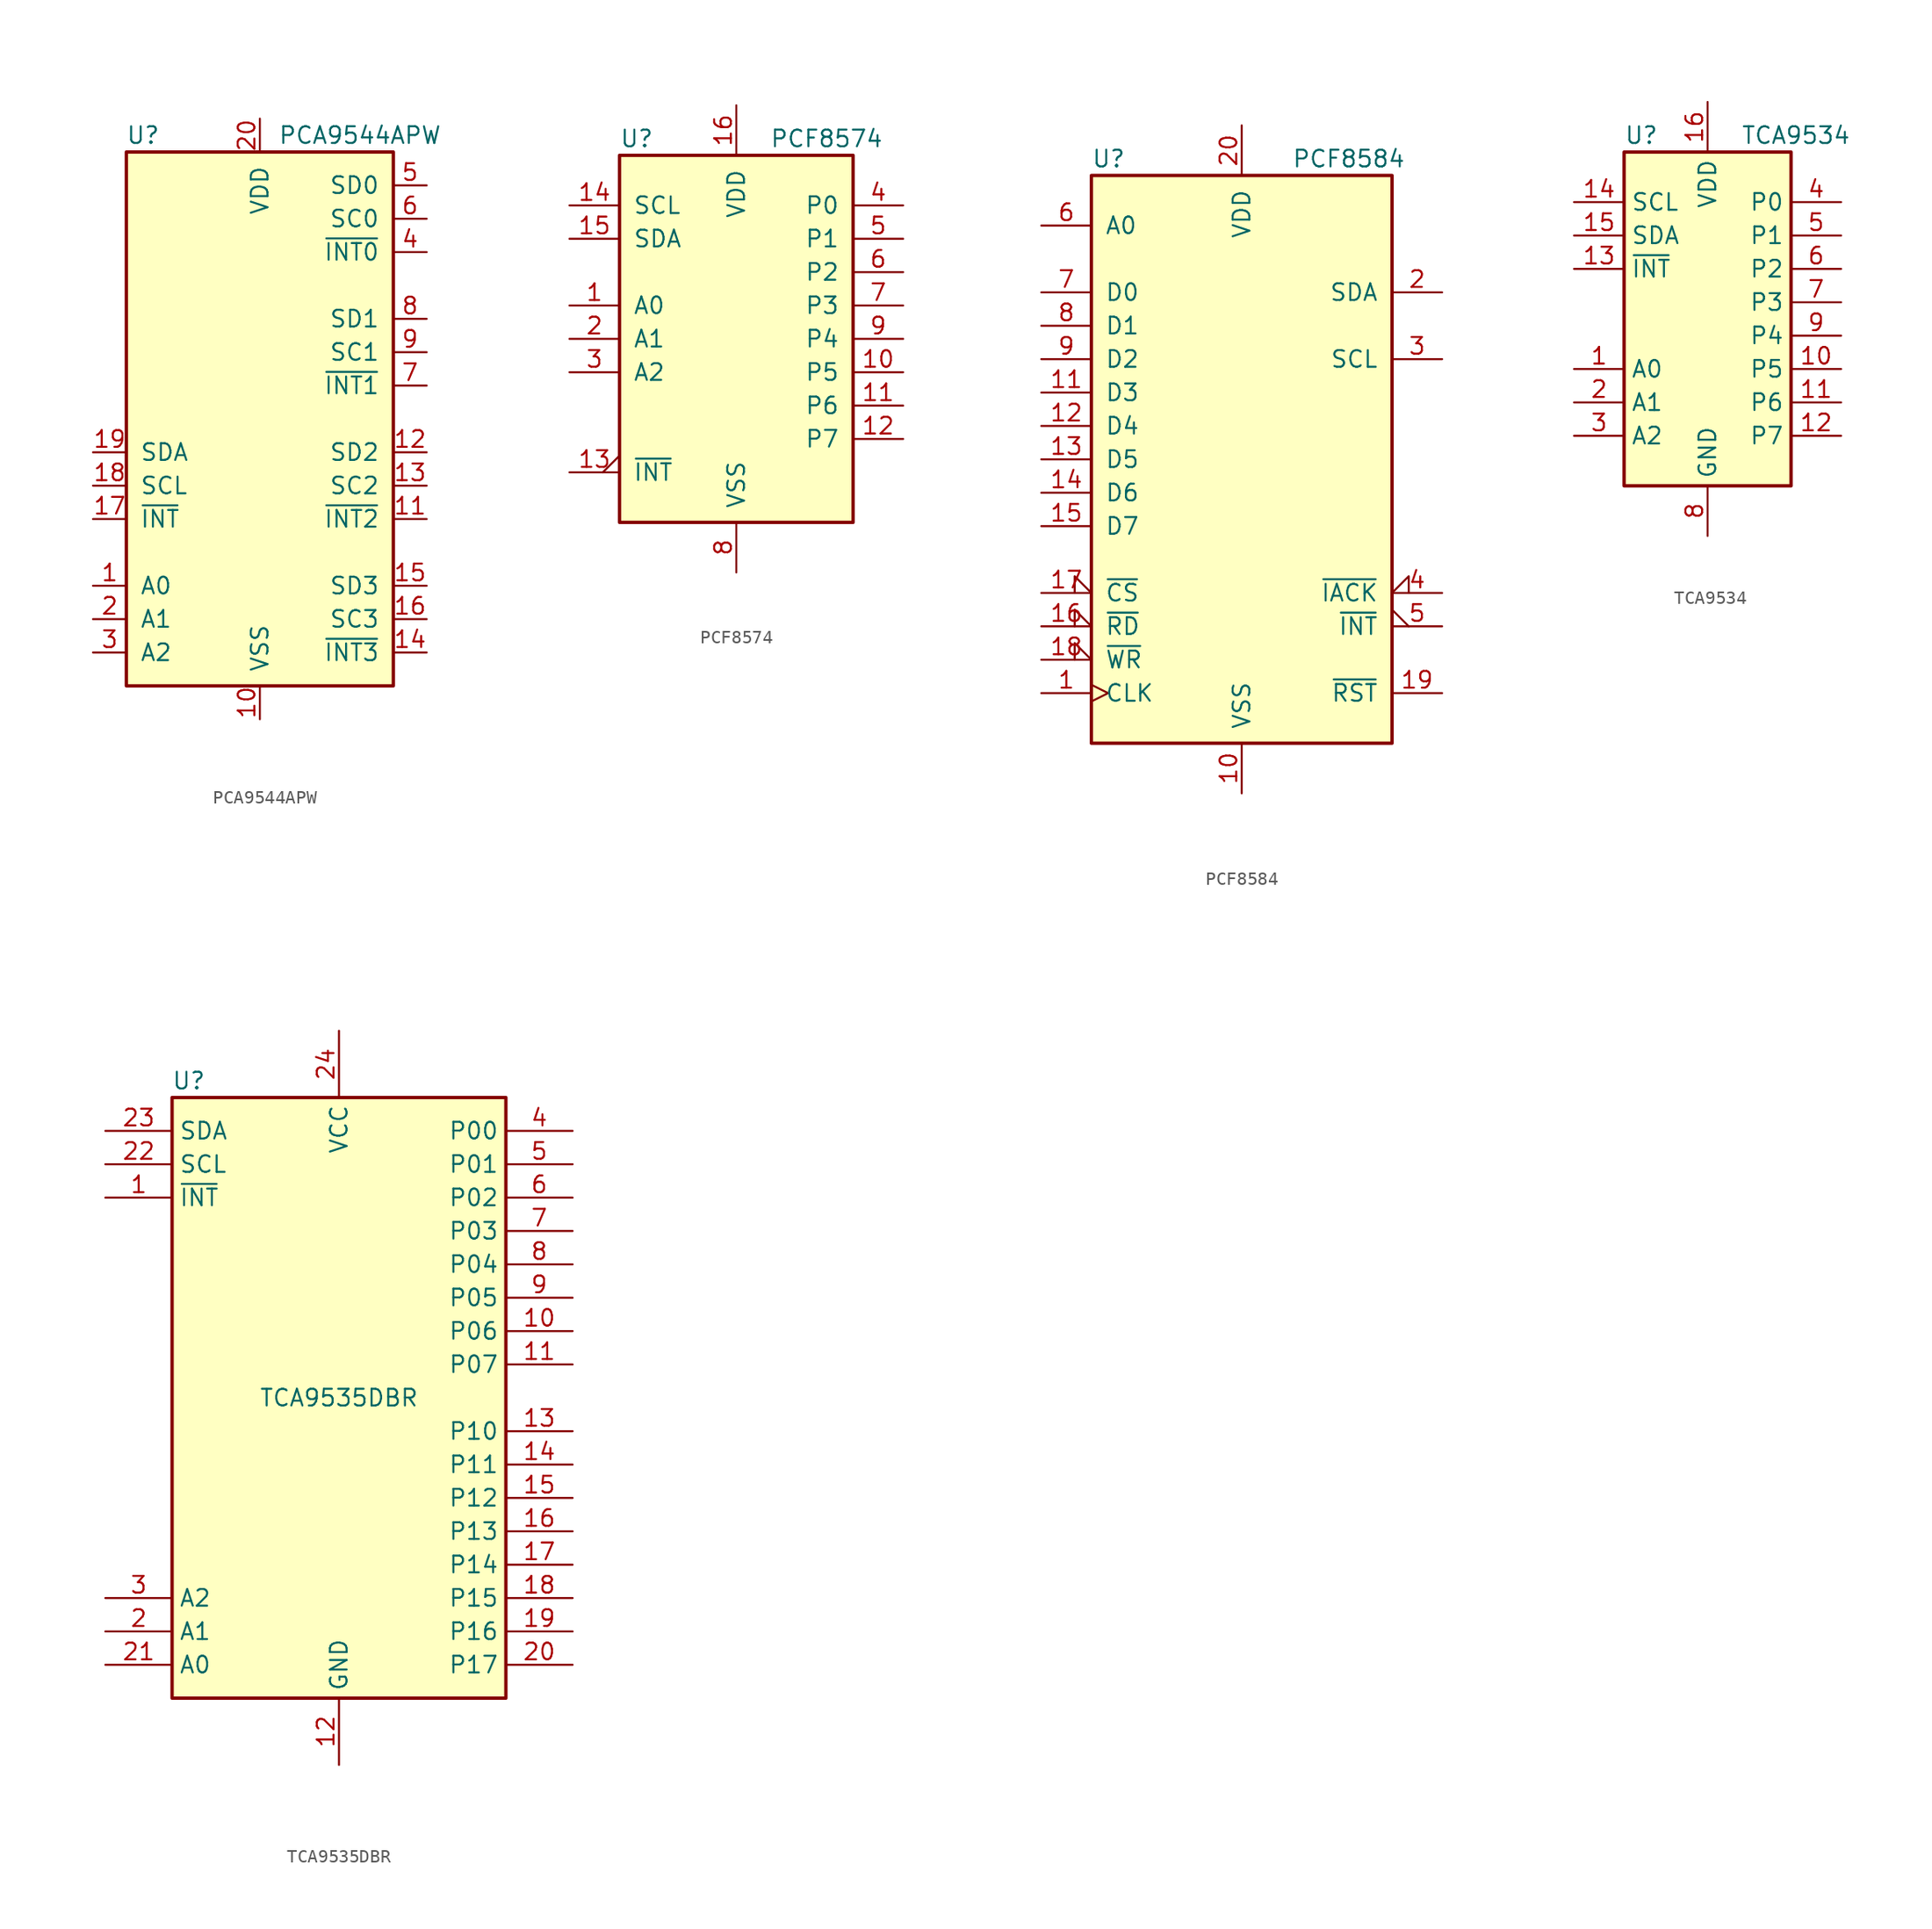
<source format=kicad_sym>
(kicad_symbol_lib
  (version 20201005)
  (generator kicad_symbol_editor)
  (symbol "PCA9544APW"
    (pin_names
      (offset 1.016))
    (property "Reference" "U"
      (at -8.89 21.59 0)
      (effects (font (size 1.27 1.27))))
    (property "Value" "PCA9544APW"
      (at 7.62 21.59 0)
      (effects (font (size 1.27 1.27))))
    (symbol "PCA9544APW_0_1"
      (rectangle (start 10.16 20.32) (end -10.16 -20.32) (stroke (width 0.254)) (fill (type background))))
    (symbol "PCA9544APW_1_1"
      (pin input line (at -12.7 -12.7 0) (length 2.54) (name "A0" (effects (font (size 1.27 1.27)))) (number "1" (effects (font (size 1.27 1.27)))))
      (pin power_in line (at 0 -22.86 90) (length 2.54) (name "VSS" (effects (font (size 1.27 1.27)))) (number "10" (effects (font (size 1.27 1.27)))))
      (pin input line (at 12.7 -7.62 180) (length 2.54) (name "~INT2" (effects (font (size 1.27 1.27)))) (number "11" (effects (font (size 1.27 1.27)))))
      (pin bidirectional line (at 12.7 -2.54 180) (length 2.54) (name "SD2" (effects (font (size 1.27 1.27)))) (number "12" (effects (font (size 1.27 1.27)))))
      (pin bidirectional line (at 12.7 -5.08 180) (length 2.54) (name "SC2" (effects (font (size 1.27 1.27)))) (number "13" (effects (font (size 1.27 1.27)))))
      (pin input line (at 12.7 -17.78 180) (length 2.54) (name "~INT3" (effects (font (size 1.27 1.27)))) (number "14" (effects (font (size 1.27 1.27)))))
      (pin bidirectional line (at 12.7 -12.7 180) (length 2.54) (name "SD3" (effects (font (size 1.27 1.27)))) (number "15" (effects (font (size 1.27 1.27)))))
      (pin bidirectional line (at 12.7 -15.24 180) (length 2.54) (name "SC3" (effects (font (size 1.27 1.27)))) (number "16" (effects (font (size 1.27 1.27)))))
      (pin open_collector line (at -12.7 -7.62 0) (length 2.54) (name "~INT" (effects (font (size 1.27 1.27)))) (number "17" (effects (font (size 1.27 1.27)))))
      (pin bidirectional line (at -12.7 -5.08 0) (length 2.54) (name "SCL" (effects (font (size 1.27 1.27)))) (number "18" (effects (font (size 1.27 1.27)))))
      (pin bidirectional line (at -12.7 -2.54 0) (length 2.54) (name "SDA" (effects (font (size 1.27 1.27)))) (number "19" (effects (font (size 1.27 1.27)))))
      (pin input line (at -12.7 -15.24 0) (length 2.54) (name "A1" (effects (font (size 1.27 1.27)))) (number "2" (effects (font (size 1.27 1.27)))))
      (pin power_in line (at 0 22.86 270) (length 2.54) (name "VDD" (effects (font (size 1.27 1.27)))) (number "20" (effects (font (size 1.27 1.27)))))
      (pin input line (at -12.7 -17.78 0) (length 2.54) (name "A2" (effects (font (size 1.27 1.27)))) (number "3" (effects (font (size 1.27 1.27)))))
      (pin input line (at 12.7 12.7 180) (length 2.54) (name "~INT0" (effects (font (size 1.27 1.27)))) (number "4" (effects (font (size 1.27 1.27)))))
      (pin bidirectional line (at 12.7 17.78 180) (length 2.54) (name "SD0" (effects (font (size 1.27 1.27)))) (number "5" (effects (font (size 1.27 1.27)))))
      (pin bidirectional line (at 12.7 15.24 180) (length 2.54) (name "SC0" (effects (font (size 1.27 1.27)))) (number "6" (effects (font (size 1.27 1.27)))))
      (pin input line (at 12.7 2.54 180) (length 2.54) (name "~INT1" (effects (font (size 1.27 1.27)))) (number "7" (effects (font (size 1.27 1.27)))))
      (pin bidirectional line (at 12.7 7.62 180) (length 2.54) (name "SD1" (effects (font (size 1.27 1.27)))) (number "8" (effects (font (size 1.27 1.27)))))
      (pin bidirectional line (at 12.7 5.08 180) (length 2.54) (name "SC1" (effects (font (size 1.27 1.27)))) (number "9" (effects (font (size 1.27 1.27)))))))
  (symbol "PCF8574"
    (pin_names
      (offset 1.016))
    (property "Reference" "U"
      (at -8.89 15.24 0)
      (effects (font (size 1.27 1.27)) (justify left)))
    (property "Value" "PCF8574"
      (at 2.54 15.24 0)
      (effects (font (size 1.27 1.27)) (justify left)))
    (symbol "PCF8574_0_1"
      (rectangle (start -8.89 -13.97) (end 8.89 13.97) (stroke (width 0.254)) (fill (type background))))
    (symbol "PCF8574_1_1"
      (pin input line (at -12.7 2.54 0) (length 3.81) (name "A0" (effects (font (size 1.27 1.27)))) (number "1" (effects (font (size 1.27 1.27)))))
      (pin bidirectional line (at 12.7 -2.54 180) (length 3.81) (name "P5" (effects (font (size 1.27 1.27)))) (number "10" (effects (font (size 1.27 1.27)))))
      (pin bidirectional line (at 12.7 -5.08 180) (length 3.81) (name "P6" (effects (font (size 1.27 1.27)))) (number "11" (effects (font (size 1.27 1.27)))))
      (pin bidirectional line (at 12.7 -7.62 180) (length 3.81) (name "P7" (effects (font (size 1.27 1.27)))) (number "12" (effects (font (size 1.27 1.27)))))
      (pin open_collector output_low (at -12.7 -10.16 0) (length 3.81) (name "~INT~" (effects (font (size 1.27 1.27)))) (number "13" (effects (font (size 1.27 1.27)))))
      (pin input line (at -12.7 10.16 0) (length 3.81) (name "SCL" (effects (font (size 1.27 1.27)))) (number "14" (effects (font (size 1.27 1.27)))))
      (pin bidirectional line (at -12.7 7.62 0) (length 3.81) (name "SDA" (effects (font (size 1.27 1.27)))) (number "15" (effects (font (size 1.27 1.27)))))
      (pin power_in line (at 0 17.78 270) (length 3.81) (name "VDD" (effects (font (size 1.27 1.27)))) (number "16" (effects (font (size 1.27 1.27)))))
      (pin input line (at -12.7 0 0) (length 3.81) (name "A1" (effects (font (size 1.27 1.27)))) (number "2" (effects (font (size 1.27 1.27)))))
      (pin input line (at -12.7 -2.54 0) (length 3.81) (name "A2" (effects (font (size 1.27 1.27)))) (number "3" (effects (font (size 1.27 1.27)))))
      (pin bidirectional line (at 12.7 10.16 180) (length 3.81) (name "P0" (effects (font (size 1.27 1.27)))) (number "4" (effects (font (size 1.27 1.27)))))
      (pin bidirectional line (at 12.7 7.62 180) (length 3.81) (name "P1" (effects (font (size 1.27 1.27)))) (number "5" (effects (font (size 1.27 1.27)))))
      (pin bidirectional line (at 12.7 5.08 180) (length 3.81) (name "P2" (effects (font (size 1.27 1.27)))) (number "6" (effects (font (size 1.27 1.27)))))
      (pin bidirectional line (at 12.7 2.54 180) (length 3.81) (name "P3" (effects (font (size 1.27 1.27)))) (number "7" (effects (font (size 1.27 1.27)))))
      (pin power_in line (at 0 -17.78 90) (length 3.81) (name "VSS" (effects (font (size 1.27 1.27)))) (number "8" (effects (font (size 1.27 1.27)))))
      (pin bidirectional line (at 12.7 0 180) (length 3.81) (name "P4" (effects (font (size 1.27 1.27)))) (number "9" (effects (font (size 1.27 1.27)))))))
  (symbol "PCF8584"
    (pin_names
      (offset 1.016))
    (property "Reference" "U"
      (at -11.43 22.86 0)
      (effects (font (size 1.27 1.27)) (justify left)))
    (property "Value" "PCF8584"
      (at 3.81 22.86 0)
      (effects (font (size 1.27 1.27)) (justify left)))
    (symbol "PCF8584_0_1"
      (rectangle (start -11.43 -21.59) (end 11.43 21.59) (stroke (width 0.254)) (fill (type background))))
    (symbol "PCF8584_1_1"
      (pin input clock (at -15.24 -17.78 0) (length 3.81) (name "CLK" (effects (font (size 1.27 1.27)))) (number "1" (effects (font (size 1.27 1.27)))))
      (pin power_in line (at 0 -25.4 90) (length 3.81) (name "VSS" (effects (font (size 1.27 1.27)))) (number "10" (effects (font (size 1.27 1.27)))))
      (pin tri_state line (at -15.24 5.08 0) (length 3.81) (name "D3" (effects (font (size 1.27 1.27)))) (number "11" (effects (font (size 1.27 1.27)))))
      (pin tri_state line (at -15.24 2.54 0) (length 3.81) (name "D4" (effects (font (size 1.27 1.27)))) (number "12" (effects (font (size 1.27 1.27)))))
      (pin tri_state line (at -15.24 0 0) (length 3.81) (name "D5" (effects (font (size 1.27 1.27)))) (number "13" (effects (font (size 1.27 1.27)))))
      (pin tri_state line (at -15.24 -2.54 0) (length 3.81) (name "D6" (effects (font (size 1.27 1.27)))) (number "14" (effects (font (size 1.27 1.27)))))
      (pin tri_state line (at -15.24 -5.08 0) (length 3.81) (name "D7" (effects (font (size 1.27 1.27)))) (number "15" (effects (font (size 1.27 1.27)))))
      (pin passive input_low (at -15.24 -12.7 0) (length 3.81) (name "~RD~" (effects (font (size 1.27 1.27)))) (number "16" (effects (font (size 1.27 1.27)))))
      (pin input input_low (at -15.24 -10.16 0) (length 3.81) (name "~CS~" (effects (font (size 1.27 1.27)))) (number "17" (effects (font (size 1.27 1.27)))))
      (pin input input_low (at -15.24 -15.24 0) (length 3.81) (name "~WR~" (effects (font (size 1.27 1.27)))) (number "18" (effects (font (size 1.27 1.27)))))
      (pin bidirectional line (at 15.24 -17.78 180) (length 3.81) (name "~RST~" (effects (font (size 1.27 1.27)))) (number "19" (effects (font (size 1.27 1.27)))))
      (pin bidirectional line (at 15.24 12.7 180) (length 3.81) (name "SDA" (effects (font (size 1.27 1.27)))) (number "2" (effects (font (size 1.27 1.27)))))
      (pin power_in line (at 0 25.4 270) (length 3.81) (name "VDD" (effects (font (size 1.27 1.27)))) (number "20" (effects (font (size 1.27 1.27)))))
      (pin bidirectional line (at 15.24 7.62 180) (length 3.81) (name "SCL" (effects (font (size 1.27 1.27)))) (number "3" (effects (font (size 1.27 1.27)))))
      (pin input input_low (at 15.24 -10.16 180) (length 3.81) (name "~IACK~" (effects (font (size 1.27 1.27)))) (number "4" (effects (font (size 1.27 1.27)))))
      (pin output output_low (at 15.24 -12.7 180) (length 3.81) (name "~INT~" (effects (font (size 1.27 1.27)))) (number "5" (effects (font (size 1.27 1.27)))))
      (pin input line (at -15.24 17.78 0) (length 3.81) (name "A0" (effects (font (size 1.27 1.27)))) (number "6" (effects (font (size 1.27 1.27)))))
      (pin tri_state line (at -15.24 12.7 0) (length 3.81) (name "D0" (effects (font (size 1.27 1.27)))) (number "7" (effects (font (size 1.27 1.27)))))
      (pin tri_state line (at -15.24 10.16 0) (length 3.81) (name "D1" (effects (font (size 1.27 1.27)))) (number "8" (effects (font (size 1.27 1.27)))))
      (pin tri_state line (at -15.24 7.62 0) (length 3.81) (name "D2" (effects (font (size 1.27 1.27)))) (number "9" (effects (font (size 1.27 1.27)))))))
  (symbol "TCA9534"
    (property "Reference" "U"
      (at -6.35 12.7 0)
      (effects (font (size 1.27 1.27)) (justify left)))
    (property "Value" "TCA9534"
      (at 2.54 12.7 0)
      (effects (font (size 1.27 1.27)) (justify left)))
    (symbol "TCA9534_0_1"
      (rectangle (start -6.35 -13.97) (end 6.35 11.43) (stroke (width 0.254)) (fill (type background))))
    (symbol "TCA9534_1_1"
      (pin input line (at -10.16 -5.08 0) (length 3.81) (name "A0" (effects (font (size 1.27 1.27)))) (number "1" (effects (font (size 1.27 1.27)))))
      (pin bidirectional line (at 10.16 -5.08 180) (length 3.81) (name "P5" (effects (font (size 1.27 1.27)))) (number "10" (effects (font (size 1.27 1.27)))))
      (pin bidirectional line (at 10.16 -7.62 180) (length 3.81) (name "P6" (effects (font (size 1.27 1.27)))) (number "11" (effects (font (size 1.27 1.27)))))
      (pin bidirectional line (at 10.16 -10.16 180) (length 3.81) (name "P7" (effects (font (size 1.27 1.27)))) (number "12" (effects (font (size 1.27 1.27)))))
      (pin open_collector line (at -10.16 2.54 0) (length 3.81) (name "~INT~" (effects (font (size 1.27 1.27)))) (number "13" (effects (font (size 1.27 1.27)))))
      (pin input line (at -10.16 7.62 0) (length 3.81) (name "SCL" (effects (font (size 1.27 1.27)))) (number "14" (effects (font (size 1.27 1.27)))))
      (pin bidirectional line (at -10.16 5.08 0) (length 3.81) (name "SDA" (effects (font (size 1.27 1.27)))) (number "15" (effects (font (size 1.27 1.27)))))
      (pin power_in line (at 0 15.24 270) (length 3.81) (name "VDD" (effects (font (size 1.27 1.27)))) (number "16" (effects (font (size 1.27 1.27)))))
      (pin input line (at -10.16 -7.62 0) (length 3.81) (name "A1" (effects (font (size 1.27 1.27)))) (number "2" (effects (font (size 1.27 1.27)))))
      (pin input line (at -10.16 -10.16 0) (length 3.81) (name "A2" (effects (font (size 1.27 1.27)))) (number "3" (effects (font (size 1.27 1.27)))))
      (pin bidirectional line (at 10.16 7.62 180) (length 3.81) (name "P0" (effects (font (size 1.27 1.27)))) (number "4" (effects (font (size 1.27 1.27)))))
      (pin bidirectional line (at 10.16 5.08 180) (length 3.81) (name "P1" (effects (font (size 1.27 1.27)))) (number "5" (effects (font (size 1.27 1.27)))))
      (pin bidirectional line (at 10.16 2.54 180) (length 3.81) (name "P2" (effects (font (size 1.27 1.27)))) (number "6" (effects (font (size 1.27 1.27)))))
      (pin bidirectional line (at 10.16 0 180) (length 3.81) (name "P3" (effects (font (size 1.27 1.27)))) (number "7" (effects (font (size 1.27 1.27)))))
      (pin power_in line (at 0 -17.78 90) (length 3.81) (name "GND" (effects (font (size 1.27 1.27)))) (number "8" (effects (font (size 1.27 1.27)))))
      (pin bidirectional line (at 10.16 -2.54 180) (length 3.81) (name "P4" (effects (font (size 1.27 1.27)))) (number "9" (effects (font (size 1.27 1.27)))))))
  (symbol "TCA9535DBR"
    (property "Reference" "U"
      (at -11.43 24.13 0)
      (effects (font (size 1.27 1.27))))
    (property "Value" "TCA9535DBR"
      (at 0 0 0)
      (effects (font (size 1.27 1.27))))
    (symbol "TCA9535DBR_0_1"
      (rectangle (start -12.7 22.86) (end 12.7 -22.86) (stroke (width 0.254)) (fill (type background))))
    (symbol "TCA9535DBR_1_1"
      (pin open_collector line (at -17.78 15.24 0) (length 5.08) (name "~INT" (effects (font (size 1.27 1.27)))) (number "1" (effects (font (size 1.27 1.27)))))
      (pin bidirectional line (at 17.78 5.08 180) (length 5.08) (name "P06" (effects (font (size 1.27 1.27)))) (number "10" (effects (font (size 1.27 1.27)))))
      (pin bidirectional line (at 17.78 2.54 180) (length 5.08) (name "P07" (effects (font (size 1.27 1.27)))) (number "11" (effects (font (size 1.27 1.27)))))
      (pin power_in line (at 0 -27.94 90) (length 5.08) (name "GND" (effects (font (size 1.27 1.27)))) (number "12" (effects (font (size 1.27 1.27)))))
      (pin bidirectional line (at 17.78 -2.54 180) (length 5.08) (name "P10" (effects (font (size 1.27 1.27)))) (number "13" (effects (font (size 1.27 1.27)))))
      (pin bidirectional line (at 17.78 -5.08 180) (length 5.08) (name "P11" (effects (font (size 1.27 1.27)))) (number "14" (effects (font (size 1.27 1.27)))))
      (pin bidirectional line (at 17.78 -7.62 180) (length 5.08) (name "P12" (effects (font (size 1.27 1.27)))) (number "15" (effects (font (size 1.27 1.27)))))
      (pin bidirectional line (at 17.78 -10.16 180) (length 5.08) (name "P13" (effects (font (size 1.27 1.27)))) (number "16" (effects (font (size 1.27 1.27)))))
      (pin bidirectional line (at 17.78 -12.7 180) (length 5.08) (name "P14" (effects (font (size 1.27 1.27)))) (number "17" (effects (font (size 1.27 1.27)))))
      (pin bidirectional line (at 17.78 -15.24 180) (length 5.08) (name "P15" (effects (font (size 1.27 1.27)))) (number "18" (effects (font (size 1.27 1.27)))))
      (pin bidirectional line (at 17.78 -17.78 180) (length 5.08) (name "P16" (effects (font (size 1.27 1.27)))) (number "19" (effects (font (size 1.27 1.27)))))
      (pin input line (at -17.78 -17.78 0) (length 5.08) (name "A1" (effects (font (size 1.27 1.27)))) (number "2" (effects (font (size 1.27 1.27)))))
      (pin bidirectional line (at 17.78 -20.32 180) (length 5.08) (name "P17" (effects (font (size 1.27 1.27)))) (number "20" (effects (font (size 1.27 1.27)))))
      (pin input line (at -17.78 -20.32 0) (length 5.08) (name "A0" (effects (font (size 1.27 1.27)))) (number "21" (effects (font (size 1.27 1.27)))))
      (pin input line (at -17.78 17.78 0) (length 5.08) (name "SCL" (effects (font (size 1.27 1.27)))) (number "22" (effects (font (size 1.27 1.27)))))
      (pin bidirectional line (at -17.78 20.32 0) (length 5.08) (name "SDA" (effects (font (size 1.27 1.27)))) (number "23" (effects (font (size 1.27 1.27)))))
      (pin power_in line (at 0 27.94 270) (length 5.08) (name "VCC" (effects (font (size 1.27 1.27)))) (number "24" (effects (font (size 1.27 1.27)))))
      (pin input line (at -17.78 -15.24 0) (length 5.08) (name "A2" (effects (font (size 1.27 1.27)))) (number "3" (effects (font (size 1.27 1.27)))))
      (pin bidirectional line (at 17.78 20.32 180) (length 5.08) (name "P00" (effects (font (size 1.27 1.27)))) (number "4" (effects (font (size 1.27 1.27)))))
      (pin bidirectional line (at 17.78 17.78 180) (length 5.08) (name "P01" (effects (font (size 1.27 1.27)))) (number "5" (effects (font (size 1.27 1.27)))))
      (pin bidirectional line (at 17.78 15.24 180) (length 5.08) (name "P02" (effects (font (size 1.27 1.27)))) (number "6" (effects (font (size 1.27 1.27)))))
      (pin bidirectional line (at 17.78 12.7 180) (length 5.08) (name "P03" (effects (font (size 1.27 1.27)))) (number "7" (effects (font (size 1.27 1.27)))))
      (pin bidirectional line (at 17.78 10.16 180) (length 5.08) (name "P04" (effects (font (size 1.27 1.27)))) (number "8" (effects (font (size 1.27 1.27)))))
      (pin bidirectional line (at 17.78 7.62 180) (length 5.08) (name "P05" (effects (font (size 1.27 1.27)))) (number "9" (effects (font (size 1.27 1.27))))))))
</source>
